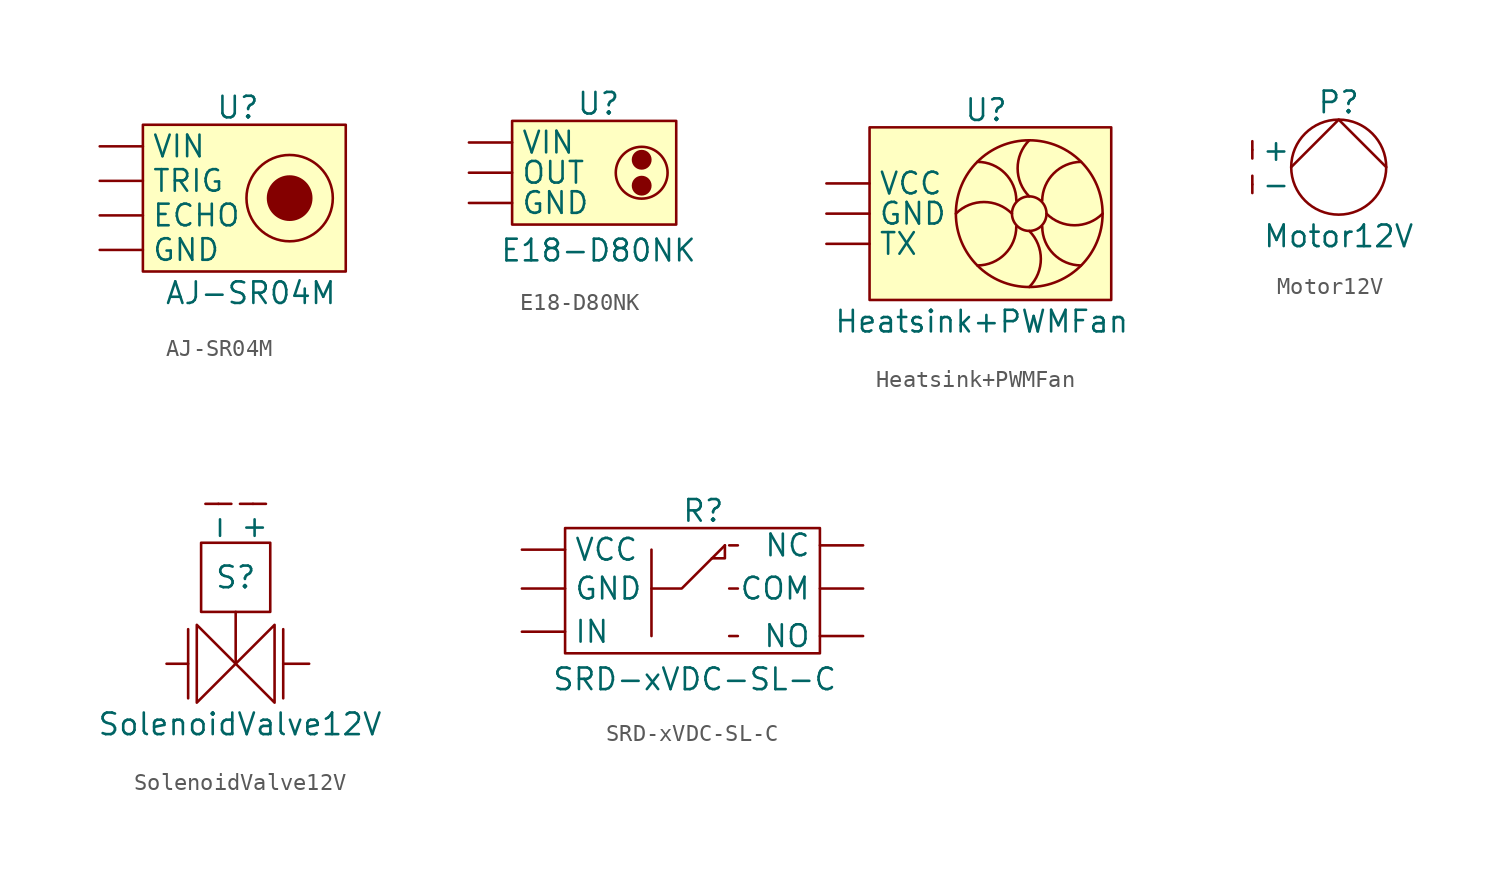
<source format=kicad_sym>
(kicad_symbol_lib
  (version 20211014)
  (generator kicad_symbol_editor)
  (symbol "AJ-SR04M"
    (property "Reference" "U"
      (at 0 5.334 0)
      (effects (font (size 1.27 1.27))))
    (property "Value" "AJ-SR04M"
      (at 0.762 -5.588 0)
      (effects (font (size 1.27 1.27))))
    (symbol "AJ-SR04M_0_1"
      (rectangle (start -5.588 4.318) (end 6.35 -4.318) (stroke (width 0) (type default) (color 0 0 0 0)) (fill (type background)))
      (circle (center 3.048 0) (radius 1.27) (stroke (width 0) (type default) (color 0 0 0 0)) (fill (type outline)))
      (circle (center 3.048 0) (radius 2.54) (stroke (width 0) (type default) (color 0 0 0 0)) (fill (type none))))
    (symbol "AJ-SR04M_1_1"
      (pin output line (at -8.128 -1.016 0) (length 2.54) (name "ECHO" (effects (font (size 1.27 1.27)))) (number "" (effects (font (size 1.27 1.27)))))
      (pin power_in line (at -8.128 -3.048 0) (length 2.54) (name "GND" (effects (font (size 1.27 1.27)))) (number "" (effects (font (size 1.27 1.27)))))
      (pin input line (at -8.128 1.016 0) (length 2.54) (name "TRIG" (effects (font (size 1.27 1.27)))) (number "" (effects (font (size 1.27 1.27)))))
      (pin power_in line (at -8.128 3.048 0) (length 2.54) (name "VIN" (effects (font (size 1.27 1.27)))) (number "" (effects (font (size 1.27 1.27)))))))
  (symbol "E18-D80NK"
    (property "Reference" "U"
      (at 0 4.064 0)
      (effects (font (size 1.27 1.27))))
    (property "Value" "E18-D80NK"
      (at 0 -4.572 0)
      (effects (font (size 1.27 1.27))))
    (symbol "E18-D80NK_0_1"
      (rectangle (start -5.08 3.048) (end 4.572 -3.048) (stroke (width 0) (type default) (color 0 0 0 0)) (fill (type background)))
      (circle (center 2.54 -0.762) (radius 0.508) (stroke (width 0) (type default) (color 0 0 0 0)) (fill (type outline)))
      (circle (center 2.54 0) (radius 1.524) (stroke (width 0) (type default) (color 0 0 0 0)) (fill (type none)))
      (circle (center 2.54 0.762) (radius 0.508) (stroke (width 0) (type default) (color 0 0 0 0)) (fill (type outline))))
    (symbol "E18-D80NK_1_1"
      (pin power_in line (at -7.62 -1.778 0) (length 2.54) (name "GND" (effects (font (size 1.27 1.27)))) (number "" (effects (font (size 1.27 1.27)))))
      (pin output line (at -7.62 0 0) (length 2.54) (name "OUT" (effects (font (size 1.27 1.27)))) (number "" (effects (font (size 1.27 1.27)))))
      (pin power_in line (at -7.62 1.778 0) (length 2.54) (name "VIN" (effects (font (size 1.27 1.27)))) (number "" (effects (font (size 1.27 1.27)))))))
  (symbol "Heatsink+PWMFan"
    (property "Reference" "U"
      (at 0 6.096 0)
      (effects (font (size 1.27 1.27))))
    (property "Value" "Heatsink+PWMFan"
      (at -0.254 -6.35 0)
      (effects (font (size 1.27 1.27))))
    (symbol "Heatsink+PWMFan_0_1"
      (rectangle (start -6.858 5.08) (end 7.366 -5.08) (stroke (width 0) (type default) (color 0 0 0 0)) (fill (type background)))
      (arc (start -0.508 -3.048) (mid 1.1084 -2.3784) (end 1.778 -0.762) (stroke (width 0) (type default) (color 0 0 0 0)) (fill (type none)))
      (arc (start 1.524 0) (mid -0.127 3.9859) (end -1.778 0) (stroke (width 0) (type default) (color 0 0 0 0)) (fill (type none)))
      (arc (start 1.778 0.762) (mid 3.3944 4.6644) (end -0.508 3.048) (stroke (width 0) (type default) (color 0 0 0 0)) (fill (type none)))
      (arc (start 2.54 -4.318) (mid 3.2233 -2.667) (end 2.54 -1.016) (stroke (width 0) (type default) (color 0 0 0 0)) (fill (type none)))
      (circle (center 2.54 0) (radius 1.016) (stroke (width 0) (type default) (color 0 0 0 0)) (fill (type none)))
      (circle (center 2.54 0) (radius 4.318) (stroke (width 0) (type default) (color 0 0 0 0)) (fill (type none)))
      (arc (start 2.54 4.318) (mid 1.8567 2.667) (end 2.54 1.016) (stroke (width 0) (type default) (color 0 0 0 0)) (fill (type none)))
      (arc (start 3.302 -0.762) (mid 1.6789 -4.6711) (end 5.588 -3.048) (stroke (width 0) (type default) (color 0 0 0 0)) (fill (type none)))
      (arc (start 3.556 0) (mid 5.207 -3.9859) (end 6.858 0) (stroke (width 0) (type default) (color 0 0 0 0)) (fill (type none)))
      (arc (start 5.588 3.048) (mid 3.9811 2.3689) (end 3.302 0.762) (stroke (width 0) (type default) (color 0 0 0 0)) (fill (type none))))
    (symbol "Heatsink+PWMFan_1_1"
      (pin power_in line (at -9.398 0 0) (length 2.54) (name "GND" (effects (font (size 1.27 1.27)))) (number "" (effects (font (size 1.27 1.27)))))
      (pin input line (at -9.398 -1.778 0) (length 2.54) (name "TX" (effects (font (size 1.27 1.27)))) (number "" (effects (font (size 1.27 1.27)))))
      (pin power_in line (at -9.398 1.778 0) (length 2.54) (name "VCC" (effects (font (size 1.27 1.27)))) (number "" (effects (font (size 1.27 1.27)))))))
  (symbol "Motor12V"
    (property "Reference" "P"
      (at 0 3.81 0)
      (effects (font (size 1.27 1.27))))
    (property "Value" "Motor12V"
      (at 0 -4.064 0)
      (effects (font (size 1.27 1.27))))
    (symbol "Motor12V_0_1"
      (polyline (pts (xy -5.08 -0.508) (xy -5.08 -1.524)) (stroke (width 0) (type default) (color 0 0 0 0)) (fill (type none)))
      (polyline (pts (xy -5.08 1.524) (xy -5.08 0.508)) (stroke (width 0) (type default) (color 0 0 0 0)) (fill (type none)))
      (polyline (pts (xy -2.794 0) (xy 0 2.794) (xy 2.794 0)) (stroke (width 0) (type default) (color 0 0 0 0)) (fill (type none)))
      (circle (center 0 0) (radius 2.794) (stroke (width 0) (type default) (color 0 0 0 0)) (fill (type none))))
    (symbol "Motor12V_1_1"
      (pin power_in line (at -5.08 1.016 0) (length 0) (name "+" (effects (font (size 1.27 1.27)))) (number "" (effects (font (size 1.27 1.27)))))
      (pin power_in line (at -5.08 -1.016 0) (length 0) (name "-" (effects (font (size 1.27 1.27)))) (number "" (effects (font (size 1.27 1.27)))))))
  (symbol "SolenoidValve12V"
    (property "Reference" "S"
      (at 0 2.54 0)
      (effects (font (size 1.27 1.27))))
    (property "Value" "SolenoidValve12V"
      (at 0.254 -6.096 0)
      (effects (font (size 1.27 1.27))))
    (symbol "SolenoidValve12V_0_1"
      (rectangle (start -2.032 4.572) (end 2.032 0.508) (stroke (width 0) (type default) (color 0 0 0 0)) (fill (type none)))
      (polyline (pts (xy -2.794 -2.54) (xy -4.064 -2.54)) (stroke (width 0) (type default) (color 0 0 0 0)) (fill (type none)))
      (polyline (pts (xy -2.794 -0.508) (xy -2.794 -4.572)) (stroke (width 0) (type default) (color 0 0 0 0)) (fill (type none)))
      (polyline (pts (xy -1.778 6.858) (xy -0.254 6.858)) (stroke (width 0) (type default) (color 0 0 0 0)) (fill (type none)))
      (polyline (pts (xy 0 0.508) (xy 0 -2.54)) (stroke (width 0) (type default) (color 0 0 0 0)) (fill (type none)))
      (polyline (pts (xy 0.254 6.858) (xy 1.778 6.858)) (stroke (width 0) (type default) (color 0 0 0 0)) (fill (type none)))
      (polyline (pts (xy 2.794 -2.54) (xy 4.318 -2.54)) (stroke (width 0) (type default) (color 0 0 0 0)) (fill (type none)))
      (polyline (pts (xy 2.794 -0.508) (xy 2.794 -4.572)) (stroke (width 0) (type default) (color 0 0 0 0)) (fill (type none)))
      (polyline (pts (xy -2.286 -0.254) (xy 0 -2.54) (xy 2.286 -0.254) (xy 2.286 -4.826) (xy 0 -2.54) (xy -2.286 -4.826) (xy -2.286 -0.254)) (stroke (width 0) (type default) (color 0 0 0 0)) (fill (type none))))
    (symbol "SolenoidValve12V_1_1"
      (pin power_in line (at 1.016 6.858 270) (length 0) (name "+" (effects (font (size 1.27 1.27)))) (number "" (effects (font (size 1.27 1.27)))))
      (pin power_in line (at -1.016 6.858 270) (length 0) (name "-" (effects (font (size 1.27 1.27)))) (number "" (effects (font (size 1.27 1.27)))))))
  (symbol "SRD-xVDC-SL-C"
    (property "Reference" "R"
      (at 0.508 4.572 0)
      (effects (font (size 1.27 1.27))))
    (property "Value" "SRD-xVDC-SL-C"
      (at 0 -5.334 0)
      (effects (font (size 1.27 1.27))))
    (symbol "SRD-xVDC-SL-C_0_1"
      (polyline (pts (xy -2.54 2.286) (xy -2.54 -2.794)) (stroke (width 0) (type default) (color 0 0 0 0)) (fill (type none)))
      (polyline (pts (xy 2.032 -2.794) (xy 2.54 -2.794)) (stroke (width 0) (type default) (color 0 0 0 0)) (fill (type none)))
      (polyline (pts (xy 2.032 0) (xy 2.54 0)) (stroke (width 0) (type default) (color 0 0 0 0)) (fill (type none)))
      (polyline (pts (xy 2.032 2.54) (xy 2.54 2.54)) (stroke (width 0) (type default) (color 0 0 0 0)) (fill (type none)))
      (polyline (pts (xy -2.54 0) (xy -0.762 0) (xy 1.778 2.54)) (stroke (width 0) (type default) (color 0 0 0 0)) (fill (type none)))
      (polyline (pts (xy 1.778 2.54) (xy 1.778 1.778) (xy 1.016 1.778) (xy 1.27 1.778)) (stroke (width 0) (type default) (color 0 0 0 0)) (fill (type none)))
      (rectangle (start 7.366 3.556) (end -7.62 -3.81) (stroke (width 0) (type default) (color 0 0 0 0)) (fill (type none))))
    (symbol "SRD-xVDC-SL-C_1_1"
      (pin input line (at 9.906 0 180) (length 2.54) (name "COM" (effects (font (size 1.27 1.27)))) (number "" (effects (font (size 1.27 1.27)))))
      (pin power_in line (at -10.16 0 0) (length 2.54) (name "GND" (effects (font (size 1.27 1.27)))) (number "" (effects (font (size 1.27 1.27)))))
      (pin input line (at -10.16 -2.54 0) (length 2.54) (name "IN" (effects (font (size 1.27 1.27)))) (number "" (effects (font (size 1.27 1.27)))))
      (pin free line (at 9.906 2.54 180) (length 2.54) (name "NC" (effects (font (size 1.27 1.27)))) (number "" (effects (font (size 1.27 1.27)))))
      (pin free line (at 9.906 -2.794 180) (length 2.54) (name "NO" (effects (font (size 1.27 1.27)))) (number "" (effects (font (size 1.27 1.27)))))
      (pin power_in line (at -10.16 2.286 0) (length 2.54) (name "VCC" (effects (font (size 1.27 1.27)))) (number "" (effects (font (size 1.27 1.27))))))))
</source>
